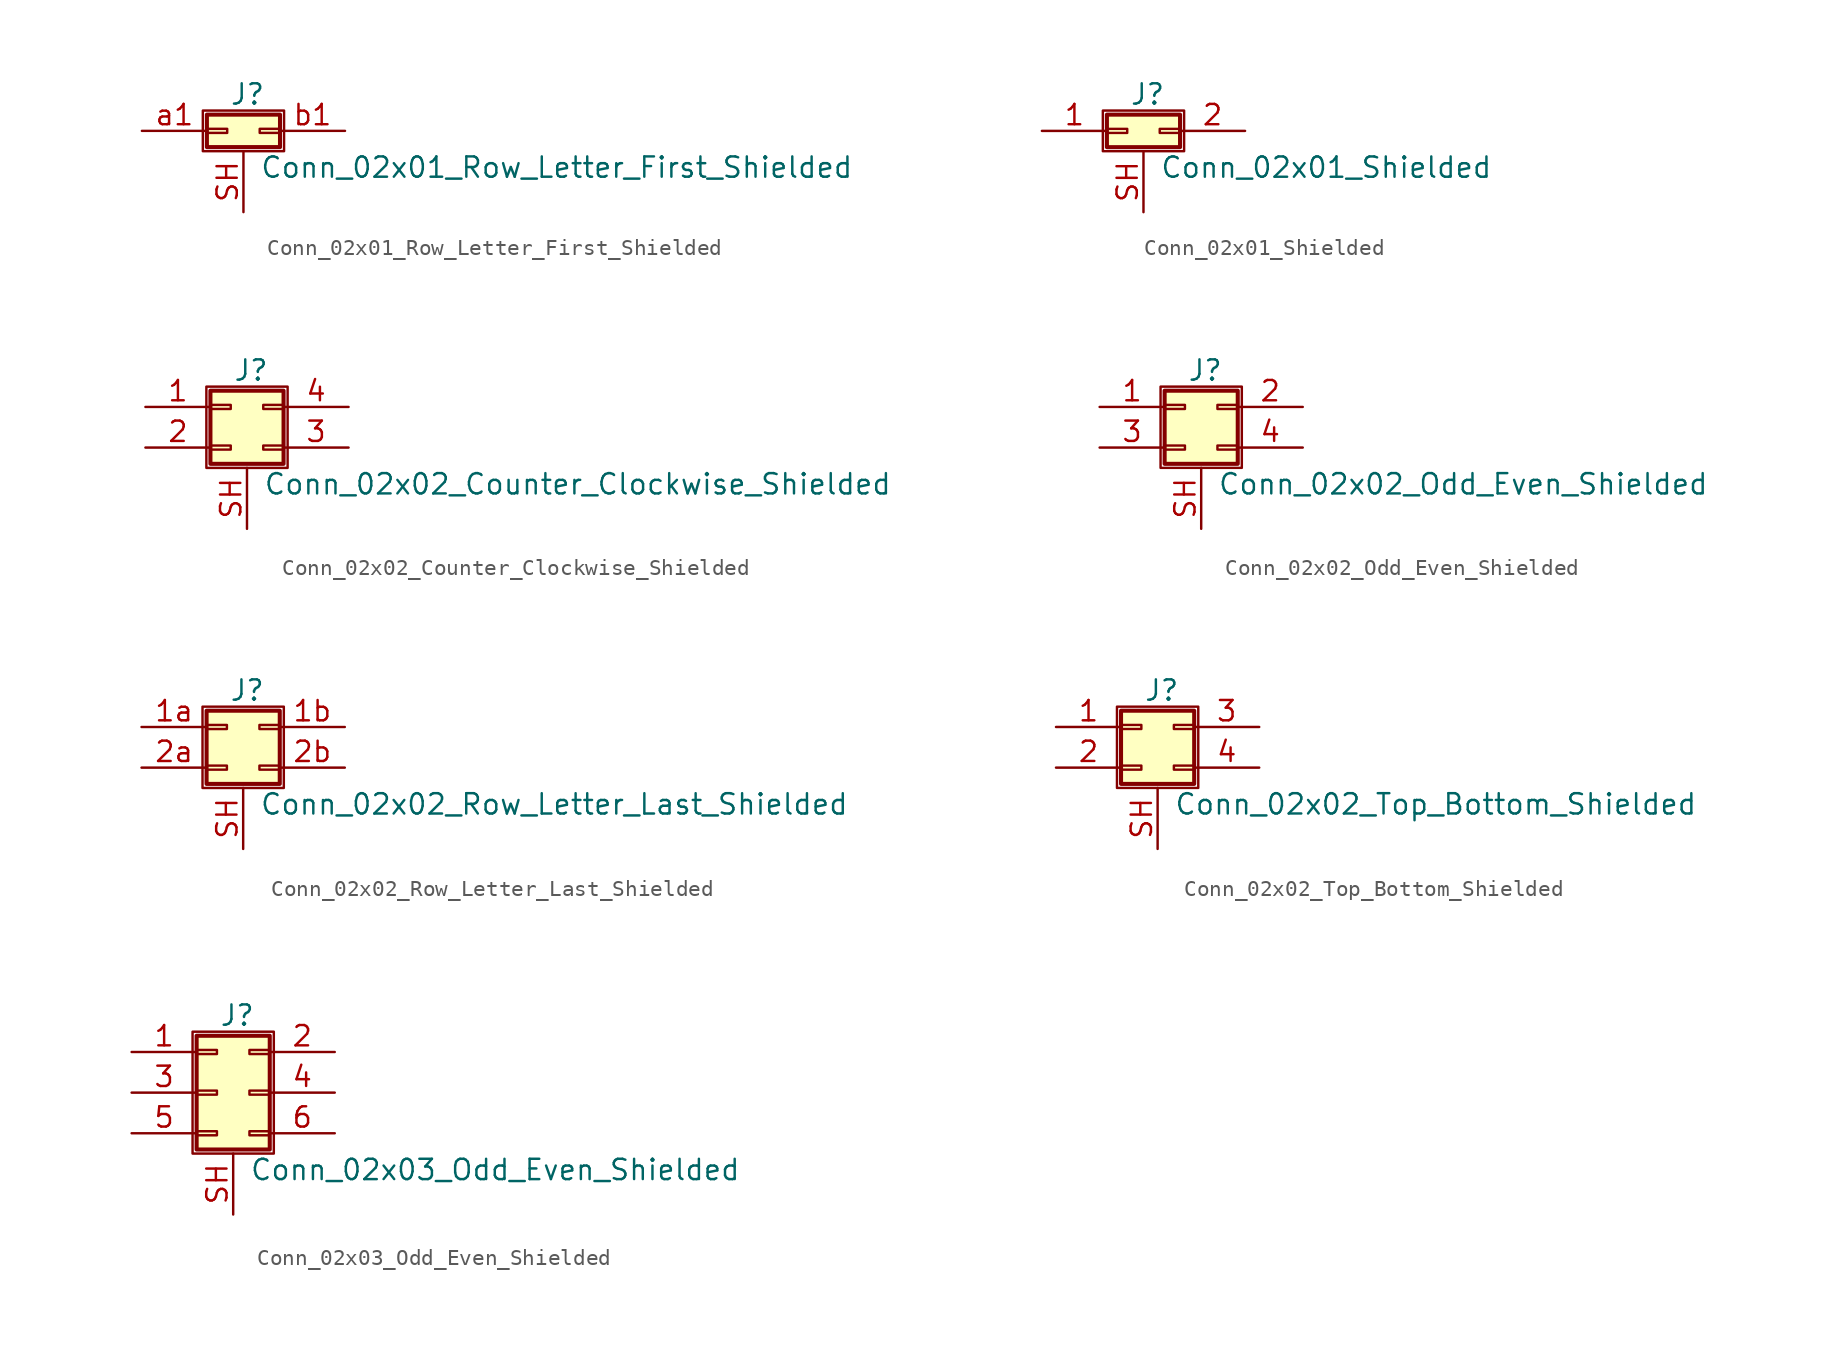
<source format=kicad_sym>
(kicad_symbol_lib
  (version 20201005)
  (generator kicad_symbol_editor)
  (symbol "Conn_02x01_Row_Letter_First_Shielded"
    (pin_names
      (offset 1.016) hide)
    (property "Reference" "J"
      (at 1.524 2.286 0)
      (effects (font (size 1.27 1.27))))
    (property "Value" "Conn_02x01_Row_Letter_First_Shielded"
      (at 2.286 -2.286 0)
      (effects (font (size 1.27 1.27)) (justify left)))
    (symbol "Conn_02x01_Row_Letter_First_Shielded_1_1"
      (rectangle (start -1.27 1.27) (end 3.81 -1.27) (stroke (width 0.152)) (fill (type none)))
      (rectangle (start -1.016 0.127) (end 0.254 -0.127) (stroke (width 0.152)) (fill (type none)))
      (rectangle (start 3.556 0.127) (end 2.286 -0.127) (stroke (width 0.152)) (fill (type none)))
      (rectangle (start -1.016 1.016) (end 3.556 -1.016) (stroke (width 0.254)) (fill (type background)))
      (pin passive line (at 1.27 -5.08 90) (length 3.81) (name "Shield" (effects (font (size 1.27 1.27)))) (number "SH" (effects (font (size 1.27 1.27)))))
      (pin passive line (at -5.08 0 0) (length 4.064) (name "Pin_a1" (effects (font (size 1.27 1.27)))) (number "a1" (effects (font (size 1.27 1.27)))))
      (pin passive line (at 7.62 0 180) (length 4.064) (name "Pin_b1" (effects (font (size 1.27 1.27)))) (number "b1" (effects (font (size 1.27 1.27)))))))
  (symbol "Conn_02x01_Shielded"
    (pin_names
      (offset 1.016) hide)
    (property "Reference" "J"
      (at 1.524 2.286 0)
      (effects (font (size 1.27 1.27))))
    (property "Value" "Conn_02x01_Shielded"
      (at 2.286 -2.286 0)
      (effects (font (size 1.27 1.27)) (justify left)))
    (symbol "Conn_02x01_Shielded_1_1"
      (rectangle (start -1.27 1.27) (end 3.81 -1.27) (stroke (width 0.152)) (fill (type none)))
      (rectangle (start -1.016 0.127) (end 0.254 -0.127) (stroke (width 0.152)) (fill (type none)))
      (rectangle (start 3.556 0.127) (end 2.286 -0.127) (stroke (width 0.152)) (fill (type none)))
      (rectangle (start -1.016 1.016) (end 3.556 -1.016) (stroke (width 0.254)) (fill (type background)))
      (pin passive line (at -5.08 0 0) (length 4.064) (name "Pin_1" (effects (font (size 1.27 1.27)))) (number "1" (effects (font (size 1.27 1.27)))))
      (pin passive line (at 7.62 0 180) (length 4.064) (name "Pin_2" (effects (font (size 1.27 1.27)))) (number "2" (effects (font (size 1.27 1.27)))))
      (pin passive line (at 1.27 -5.08 90) (length 3.81) (name "Shield" (effects (font (size 1.27 1.27)))) (number "SH" (effects (font (size 1.27 1.27)))))))
  (symbol "Conn_02x02_Counter_Clockwise_Shielded"
    (pin_names
      (offset 1.016) hide)
    (property "Reference" "J"
      (at 1.524 2.286 0)
      (effects (font (size 1.27 1.27))))
    (property "Value" "Conn_02x02_Counter_Clockwise_Shielded"
      (at 2.286 -4.826 0)
      (effects (font (size 1.27 1.27)) (justify left)))
    (symbol "Conn_02x02_Counter_Clockwise_Shielded_1_1"
      (rectangle (start -1.27 1.27) (end 3.81 -3.81) (stroke (width 0.152)) (fill (type none)))
      (rectangle (start -1.016 -2.413) (end 0.254 -2.667) (stroke (width 0.152)) (fill (type none)))
      (rectangle (start -1.016 0.127) (end 0.254 -0.127) (stroke (width 0.152)) (fill (type none)))
      (rectangle (start 3.556 -2.413) (end 2.286 -2.667) (stroke (width 0.152)) (fill (type none)))
      (rectangle (start 3.556 0.127) (end 2.286 -0.127) (stroke (width 0.152)) (fill (type none)))
      (rectangle (start -1.016 1.016) (end 3.556 -3.556) (stroke (width 0.254)) (fill (type background)))
      (pin passive line (at -5.08 0 0) (length 4.064) (name "Pin_1" (effects (font (size 1.27 1.27)))) (number "1" (effects (font (size 1.27 1.27)))))
      (pin passive line (at -5.08 -2.54 0) (length 4.064) (name "Pin_2" (effects (font (size 1.27 1.27)))) (number "2" (effects (font (size 1.27 1.27)))))
      (pin passive line (at 7.62 -2.54 180) (length 4.064) (name "Pin_3" (effects (font (size 1.27 1.27)))) (number "3" (effects (font (size 1.27 1.27)))))
      (pin passive line (at 7.62 0 180) (length 4.064) (name "Pin_4" (effects (font (size 1.27 1.27)))) (number "4" (effects (font (size 1.27 1.27)))))
      (pin passive line (at 1.27 -7.62 90) (length 3.81) (name "Shield" (effects (font (size 1.27 1.27)))) (number "SH" (effects (font (size 1.27 1.27)))))))
  (symbol "Conn_02x02_Odd_Even_Shielded"
    (pin_names
      (offset 1.016) hide)
    (property "Reference" "J"
      (at 1.524 2.286 0)
      (effects (font (size 1.27 1.27))))
    (property "Value" "Conn_02x02_Odd_Even_Shielded"
      (at 2.286 -4.826 0)
      (effects (font (size 1.27 1.27)) (justify left)))
    (symbol "Conn_02x02_Odd_Even_Shielded_1_1"
      (rectangle (start -1.27 1.27) (end 3.81 -3.81) (stroke (width 0.152)) (fill (type none)))
      (rectangle (start -1.016 -2.413) (end 0.254 -2.667) (stroke (width 0.152)) (fill (type none)))
      (rectangle (start -1.016 0.127) (end 0.254 -0.127) (stroke (width 0.152)) (fill (type none)))
      (rectangle (start 3.556 -2.413) (end 2.286 -2.667) (stroke (width 0.152)) (fill (type none)))
      (rectangle (start 3.556 0.127) (end 2.286 -0.127) (stroke (width 0.152)) (fill (type none)))
      (rectangle (start -1.016 1.016) (end 3.556 -3.556) (stroke (width 0.254)) (fill (type background)))
      (pin passive line (at -5.08 0 0) (length 4.064) (name "Pin_1" (effects (font (size 1.27 1.27)))) (number "1" (effects (font (size 1.27 1.27)))))
      (pin passive line (at 7.62 0 180) (length 4.064) (name "Pin_2" (effects (font (size 1.27 1.27)))) (number "2" (effects (font (size 1.27 1.27)))))
      (pin passive line (at -5.08 -2.54 0) (length 4.064) (name "Pin_3" (effects (font (size 1.27 1.27)))) (number "3" (effects (font (size 1.27 1.27)))))
      (pin passive line (at 7.62 -2.54 180) (length 4.064) (name "Pin_4" (effects (font (size 1.27 1.27)))) (number "4" (effects (font (size 1.27 1.27)))))
      (pin passive line (at 1.27 -7.62 90) (length 3.81) (name "Shield" (effects (font (size 1.27 1.27)))) (number "SH" (effects (font (size 1.27 1.27)))))))
  (symbol "Conn_02x02_Row_Letter_Last_Shielded"
    (pin_names
      (offset 1.016) hide)
    (property "Reference" "J"
      (at 1.524 2.286 0)
      (effects (font (size 1.27 1.27))))
    (property "Value" "Conn_02x02_Row_Letter_Last_Shielded"
      (at 2.286 -4.826 0)
      (effects (font (size 1.27 1.27)) (justify left)))
    (symbol "Conn_02x02_Row_Letter_Last_Shielded_1_1"
      (rectangle (start -1.27 1.27) (end 3.81 -3.81) (stroke (width 0.152)) (fill (type none)))
      (rectangle (start -1.016 -2.413) (end 0.254 -2.667) (stroke (width 0.152)) (fill (type none)))
      (rectangle (start -1.016 0.127) (end 0.254 -0.127) (stroke (width 0.152)) (fill (type none)))
      (rectangle (start 3.556 -2.413) (end 2.286 -2.667) (stroke (width 0.152)) (fill (type none)))
      (rectangle (start 3.556 0.127) (end 2.286 -0.127) (stroke (width 0.152)) (fill (type none)))
      (rectangle (start -1.016 1.016) (end 3.556 -3.556) (stroke (width 0.254)) (fill (type background)))
      (pin passive line (at -5.08 0 0) (length 4.064) (name "Pin_1a" (effects (font (size 1.27 1.27)))) (number "1a" (effects (font (size 1.27 1.27)))))
      (pin passive line (at 7.62 0 180) (length 4.064) (name "Pin_1b" (effects (font (size 1.27 1.27)))) (number "1b" (effects (font (size 1.27 1.27)))))
      (pin passive line (at -5.08 -2.54 0) (length 4.064) (name "Pin_2a" (effects (font (size 1.27 1.27)))) (number "2a" (effects (font (size 1.27 1.27)))))
      (pin passive line (at 7.62 -2.54 180) (length 4.064) (name "Pin_2b" (effects (font (size 1.27 1.27)))) (number "2b" (effects (font (size 1.27 1.27)))))
      (pin passive line (at 1.27 -7.62 90) (length 3.81) (name "Shield" (effects (font (size 1.27 1.27)))) (number "SH" (effects (font (size 1.27 1.27)))))))
  (symbol "Conn_02x02_Top_Bottom_Shielded"
    (pin_names
      (offset 1.016) hide)
    (property "Reference" "J"
      (at 1.524 2.286 0)
      (effects (font (size 1.27 1.27))))
    (property "Value" "Conn_02x02_Top_Bottom_Shielded"
      (at 2.286 -4.826 0)
      (effects (font (size 1.27 1.27)) (justify left)))
    (symbol "Conn_02x02_Top_Bottom_Shielded_1_1"
      (rectangle (start -1.27 1.27) (end 3.81 -3.81) (stroke (width 0.152)) (fill (type none)))
      (rectangle (start -1.016 -2.413) (end 0.254 -2.667) (stroke (width 0.152)) (fill (type none)))
      (rectangle (start -1.016 0.127) (end 0.254 -0.127) (stroke (width 0.152)) (fill (type none)))
      (rectangle (start 3.556 -2.413) (end 2.286 -2.667) (stroke (width 0.152)) (fill (type none)))
      (rectangle (start 3.556 0.127) (end 2.286 -0.127) (stroke (width 0.152)) (fill (type none)))
      (rectangle (start -1.016 1.016) (end 3.556 -3.556) (stroke (width 0.254)) (fill (type background)))
      (pin passive line (at -5.08 0 0) (length 4.064) (name "Pin_1" (effects (font (size 1.27 1.27)))) (number "1" (effects (font (size 1.27 1.27)))))
      (pin passive line (at -5.08 -2.54 0) (length 4.064) (name "Pin_2" (effects (font (size 1.27 1.27)))) (number "2" (effects (font (size 1.27 1.27)))))
      (pin passive line (at 7.62 0 180) (length 4.064) (name "Pin_3" (effects (font (size 1.27 1.27)))) (number "3" (effects (font (size 1.27 1.27)))))
      (pin passive line (at 7.62 -2.54 180) (length 4.064) (name "Pin_4" (effects (font (size 1.27 1.27)))) (number "4" (effects (font (size 1.27 1.27)))))
      (pin passive line (at 1.27 -7.62 90) (length 3.81) (name "Shield" (effects (font (size 1.27 1.27)))) (number "SH" (effects (font (size 1.27 1.27)))))))
  (symbol "Conn_02x03_Odd_Even_Shielded"
    (pin_names
      (offset 1.016) hide)
    (property "Reference" "J"
      (at 1.524 4.826 0)
      (effects (font (size 1.27 1.27))))
    (property "Value" "Conn_02x03_Odd_Even_Shielded"
      (at 2.286 -4.826 0)
      (effects (font (size 1.27 1.27)) (justify left)))
    (symbol "Conn_02x03_Odd_Even_Shielded_1_1"
      (rectangle (start -1.27 3.81) (end 3.81 -3.81) (stroke (width 0.152)) (fill (type none)))
      (rectangle (start -1.016 -2.413) (end 0.254 -2.667) (stroke (width 0.152)) (fill (type none)))
      (rectangle (start -1.016 0.127) (end 0.254 -0.127) (stroke (width 0.152)) (fill (type none)))
      (rectangle (start -1.016 2.667) (end 0.254 2.413) (stroke (width 0.152)) (fill (type none)))
      (rectangle (start 3.556 -2.413) (end 2.286 -2.667) (stroke (width 0.152)) (fill (type none)))
      (rectangle (start 3.556 0.127) (end 2.286 -0.127) (stroke (width 0.152)) (fill (type none)))
      (rectangle (start 3.556 2.667) (end 2.286 2.413) (stroke (width 0.152)) (fill (type none)))
      (rectangle (start -1.016 3.556) (end 3.556 -3.556) (stroke (width 0.254)) (fill (type background)))
      (pin passive line (at -5.08 2.54 0) (length 4.064) (name "Pin_1" (effects (font (size 1.27 1.27)))) (number "1" (effects (font (size 1.27 1.27)))))
      (pin passive line (at 7.62 2.54 180) (length 4.064) (name "Pin_2" (effects (font (size 1.27 1.27)))) (number "2" (effects (font (size 1.27 1.27)))))
      (pin passive line (at -5.08 0 0) (length 4.064) (name "Pin_3" (effects (font (size 1.27 1.27)))) (number "3" (effects (font (size 1.27 1.27)))))
      (pin passive line (at 7.62 0 180) (length 4.064) (name "Pin_4" (effects (font (size 1.27 1.27)))) (number "4" (effects (font (size 1.27 1.27)))))
      (pin passive line (at -5.08 -2.54 0) (length 4.064) (name "Pin_5" (effects (font (size 1.27 1.27)))) (number "5" (effects (font (size 1.27 1.27)))))
      (pin passive line (at 7.62 -2.54 180) (length 4.064) (name "Pin_6" (effects (font (size 1.27 1.27)))) (number "6" (effects (font (size 1.27 1.27)))))
      (pin passive line (at 1.27 -7.62 90) (length 3.81) (name "Shield" (effects (font (size 1.27 1.27)))) (number "SH" (effects (font (size 1.27 1.27))))))))
</source>
